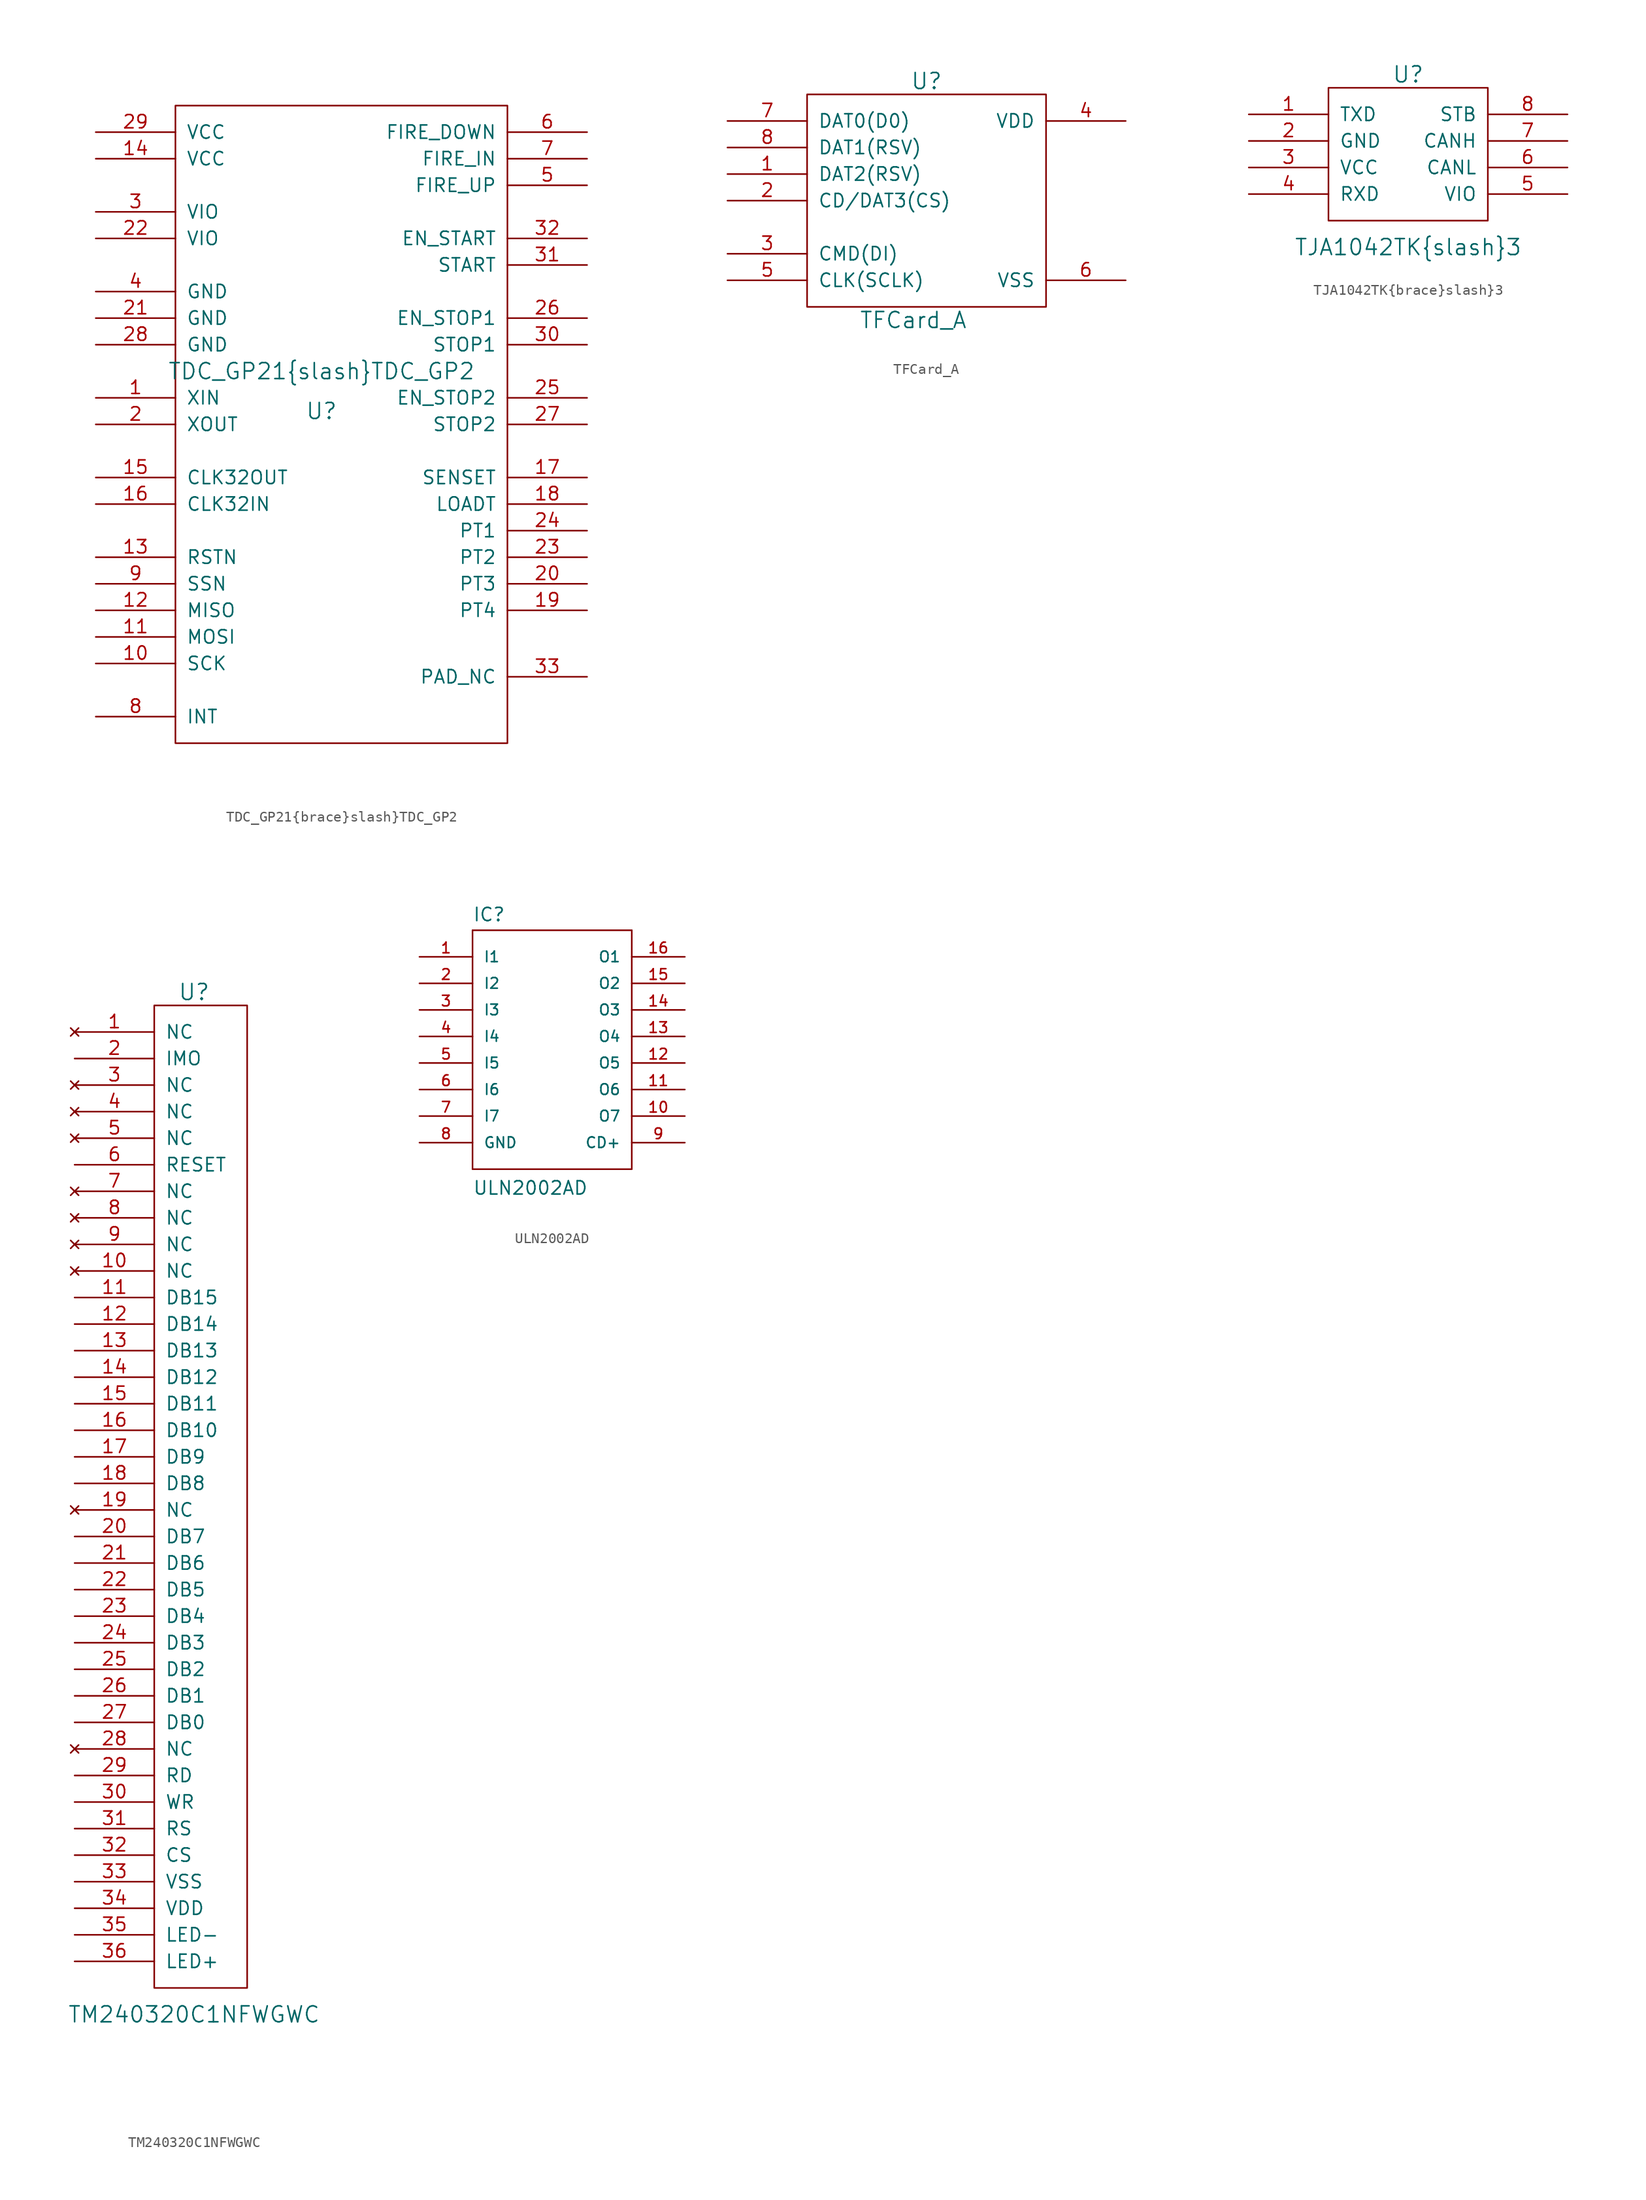
<source format=kicad_sym>
(kicad_symbol_lib
  (version 20211014)
  (generator kicad_symbol_editor)
  (symbol "TDC_GP21{brace}slash}TDC_GP2"
    (pin_names
      (offset 1.016))
    (property "Reference" "U"
      (at 0 -3.81 0)
      (effects (font (size 1.524 1.524))))
    (property "Value" "TDC_GP21{brace}slash}TDC_GP2"
      (at 0 0 0)
      (effects (font (size 1.524 1.524))))
    (property "Footprint" ""
      (at 0 0 0)
      (effects (font (size 1.524 1.524))))
    (property "Datasheet" ""
      (at 0 0 0)
      (effects (font (size 1.524 1.524))))
    (symbol "TDC_GP21{brace}slash}TDC_GP2_0_1"
      (rectangle (start -13.97 -35.56) (end 17.78 25.4) (stroke (width 0) (type default) (color 0 0 0 0)) (fill (type none))))
    (symbol "TDC_GP21{brace}slash}TDC_GP2_1_1"
      (pin input line (at -21.59 -2.54 0) (length 7.62) (name "XIN" (effects (font (size 1.27 1.27)))) (number "1" (effects (font (size 1.27 1.27)))))
      (pin input line (at -21.59 -27.94 0) (length 7.62) (name "SCK" (effects (font (size 1.27 1.27)))) (number "10" (effects (font (size 1.27 1.27)))))
      (pin input line (at -21.59 -25.4 0) (length 7.62) (name "MOSI" (effects (font (size 1.27 1.27)))) (number "11" (effects (font (size 1.27 1.27)))))
      (pin input line (at -21.59 -22.86 0) (length 7.62) (name "MISO" (effects (font (size 1.27 1.27)))) (number "12" (effects (font (size 1.27 1.27)))))
      (pin input line (at -21.59 -17.78 0) (length 7.62) (name "RSTN" (effects (font (size 1.27 1.27)))) (number "13" (effects (font (size 1.27 1.27)))))
      (pin input line (at -21.59 20.32 0) (length 7.62) (name "VCC" (effects (font (size 1.27 1.27)))) (number "14" (effects (font (size 1.27 1.27)))))
      (pin input line (at -21.59 -10.16 0) (length 7.62) (name "CLK32OUT" (effects (font (size 1.27 1.27)))) (number "15" (effects (font (size 1.27 1.27)))))
      (pin input line (at -21.59 -12.7 0) (length 7.62) (name "CLK32IN" (effects (font (size 1.27 1.27)))) (number "16" (effects (font (size 1.27 1.27)))))
      (pin input line (at 25.4 -10.16 180) (length 7.62) (name "SENSET" (effects (font (size 1.27 1.27)))) (number "17" (effects (font (size 1.27 1.27)))))
      (pin input line (at 25.4 -12.7 180) (length 7.62) (name "LOADT" (effects (font (size 1.27 1.27)))) (number "18" (effects (font (size 1.27 1.27)))))
      (pin input line (at 25.4 -22.86 180) (length 7.62) (name "PT4" (effects (font (size 1.27 1.27)))) (number "19" (effects (font (size 1.27 1.27)))))
      (pin input line (at -21.59 -5.08 0) (length 7.62) (name "XOUT" (effects (font (size 1.27 1.27)))) (number "2" (effects (font (size 1.27 1.27)))))
      (pin input line (at 25.4 -20.32 180) (length 7.62) (name "PT3" (effects (font (size 1.27 1.27)))) (number "20" (effects (font (size 1.27 1.27)))))
      (pin input line (at -21.59 5.08 0) (length 7.62) (name "GND" (effects (font (size 1.27 1.27)))) (number "21" (effects (font (size 1.27 1.27)))))
      (pin input line (at -21.59 12.7 0) (length 7.62) (name "VIO" (effects (font (size 1.27 1.27)))) (number "22" (effects (font (size 1.27 1.27)))))
      (pin input line (at 25.4 -17.78 180) (length 7.62) (name "PT2" (effects (font (size 1.27 1.27)))) (number "23" (effects (font (size 1.27 1.27)))))
      (pin input line (at 25.4 -15.24 180) (length 7.62) (name "PT1" (effects (font (size 1.27 1.27)))) (number "24" (effects (font (size 1.27 1.27)))))
      (pin input line (at 25.4 -2.54 180) (length 7.62) (name "EN_STOP2" (effects (font (size 1.27 1.27)))) (number "25" (effects (font (size 1.27 1.27)))))
      (pin input line (at 25.4 5.08 180) (length 7.62) (name "EN_STOP1" (effects (font (size 1.27 1.27)))) (number "26" (effects (font (size 1.27 1.27)))))
      (pin input line (at 25.4 -5.08 180) (length 7.62) (name "STOP2" (effects (font (size 1.27 1.27)))) (number "27" (effects (font (size 1.27 1.27)))))
      (pin input line (at -21.59 2.54 0) (length 7.62) (name "GND" (effects (font (size 1.27 1.27)))) (number "28" (effects (font (size 1.27 1.27)))))
      (pin input line (at -21.59 22.86 0) (length 7.62) (name "VCC" (effects (font (size 1.27 1.27)))) (number "29" (effects (font (size 1.27 1.27)))))
      (pin input line (at -21.59 15.24 0) (length 7.62) (name "VIO" (effects (font (size 1.27 1.27)))) (number "3" (effects (font (size 1.27 1.27)))))
      (pin input line (at 25.4 2.54 180) (length 7.62) (name "STOP1" (effects (font (size 1.27 1.27)))) (number "30" (effects (font (size 1.27 1.27)))))
      (pin input line (at 25.4 10.16 180) (length 7.62) (name "START" (effects (font (size 1.27 1.27)))) (number "31" (effects (font (size 1.27 1.27)))))
      (pin input line (at 25.4 12.7 180) (length 7.62) (name "EN_START" (effects (font (size 1.27 1.27)))) (number "32" (effects (font (size 1.27 1.27)))))
      (pin input line (at 25.4 -29.21 180) (length 7.62) (name "PAD_NC" (effects (font (size 1.27 1.27)))) (number "33" (effects (font (size 1.27 1.27)))))
      (pin input line (at -21.59 7.62 0) (length 7.62) (name "GND" (effects (font (size 1.27 1.27)))) (number "4" (effects (font (size 1.27 1.27)))))
      (pin input line (at 25.4 17.78 180) (length 7.62) (name "FIRE_UP" (effects (font (size 1.27 1.27)))) (number "5" (effects (font (size 1.27 1.27)))))
      (pin input line (at 25.4 22.86 180) (length 7.62) (name "FIRE_DOWN" (effects (font (size 1.27 1.27)))) (number "6" (effects (font (size 1.27 1.27)))))
      (pin input line (at 25.4 20.32 180) (length 7.62) (name "FIRE_IN" (effects (font (size 1.27 1.27)))) (number "7" (effects (font (size 1.27 1.27)))))
      (pin input line (at -21.59 -33.02 0) (length 7.62) (name "INT" (effects (font (size 1.27 1.27)))) (number "8" (effects (font (size 1.27 1.27)))))
      (pin input line (at -21.59 -20.32 0) (length 7.62) (name "SSN" (effects (font (size 1.27 1.27)))) (number "9" (effects (font (size 1.27 1.27)))))))
  (symbol "TFCard_A"
    (pin_names
      (offset 1.016))
    (property "Reference" "U"
      (at 0 11.43 0)
      (effects (font (size 1.524 1.524))))
    (property "Value" "TFCard_A"
      (at -1.27 -11.43 0)
      (effects (font (size 1.524 1.524))))
    (property "Footprint" ""
      (at 0 0 0)
      (effects (font (size 1.524 1.524))))
    (property "Datasheet" ""
      (at 0 0 0)
      (effects (font (size 1.524 1.524))))
    (symbol "TFCard_A_0_1"
      (rectangle (start -11.43 10.16) (end 11.43 -10.16) (stroke (width 0) (type default) (color 0 0 0 0)) (fill (type none))))
    (symbol "TFCard_A_1_1"
      (pin bidirectional line (at -19.05 2.54 0) (length 7.62) (name "DAT2(RSV)" (effects (font (size 1.27 1.27)))) (number "1" (effects (font (size 1.27 1.27)))))
      (pin bidirectional line (at -19.05 0 0) (length 7.62) (name "CD/DAT3(CS)" (effects (font (size 1.27 1.27)))) (number "2" (effects (font (size 1.27 1.27)))))
      (pin input line (at -19.05 -5.08 0) (length 7.62) (name "CMD(DI)" (effects (font (size 1.27 1.27)))) (number "3" (effects (font (size 1.27 1.27)))))
      (pin input line (at 19.05 7.62 180) (length 7.62) (name "VDD" (effects (font (size 1.27 1.27)))) (number "4" (effects (font (size 1.27 1.27)))))
      (pin input line (at -19.05 -7.62 0) (length 7.62) (name "CLK(SCLK)" (effects (font (size 1.27 1.27)))) (number "5" (effects (font (size 1.27 1.27)))))
      (pin input line (at 19.05 -7.62 180) (length 7.62) (name "VSS" (effects (font (size 1.27 1.27)))) (number "6" (effects (font (size 1.27 1.27)))))
      (pin bidirectional line (at -19.05 7.62 0) (length 7.62) (name "DAT0(D0)" (effects (font (size 1.27 1.27)))) (number "7" (effects (font (size 1.27 1.27)))))
      (pin bidirectional line (at -19.05 5.08 0) (length 7.62) (name "DAT1(RSV)" (effects (font (size 1.27 1.27)))) (number "8" (effects (font (size 1.27 1.27)))))))
  (symbol "TJA1042TK{brace}slash}3"
    (pin_names
      (offset 1.016))
    (property "Reference" "U"
      (at 0 7.62 0)
      (effects (font (size 1.524 1.524))))
    (property "Value" "TJA1042TK{brace}slash}3"
      (at 0 -8.89 0)
      (effects (font (size 1.524 1.524))))
    (property "Footprint" ""
      (at 0 0 0)
      (effects (font (size 1.524 1.524))))
    (property "Datasheet" ""
      (at 0 0 0)
      (effects (font (size 1.524 1.524))))
    (symbol "TJA1042TK{brace}slash}3_0_1"
      (rectangle (start -7.62 6.35) (end 7.62 -6.35) (stroke (width 0) (type default) (color 0 0 0 0)) (fill (type none))))
    (symbol "TJA1042TK{brace}slash}3_1_1"
      (pin input line (at -15.24 3.81 0) (length 7.62) (name "TXD" (effects (font (size 1.27 1.27)))) (number "1" (effects (font (size 1.27 1.27)))))
      (pin power_in line (at -15.24 1.27 0) (length 7.62) (name "GND" (effects (font (size 1.27 1.27)))) (number "2" (effects (font (size 1.27 1.27)))))
      (pin power_in line (at -15.24 -1.27 0) (length 7.62) (name "VCC" (effects (font (size 1.27 1.27)))) (number "3" (effects (font (size 1.27 1.27)))))
      (pin output line (at -15.24 -3.81 0) (length 7.62) (name "RXD" (effects (font (size 1.27 1.27)))) (number "4" (effects (font (size 1.27 1.27)))))
      (pin input line (at 15.24 -3.81 180) (length 7.62) (name "VIO" (effects (font (size 1.27 1.27)))) (number "5" (effects (font (size 1.27 1.27)))))
      (pin bidirectional line (at 15.24 -1.27 180) (length 7.62) (name "CANL" (effects (font (size 1.27 1.27)))) (number "6" (effects (font (size 1.27 1.27)))))
      (pin bidirectional line (at 15.24 1.27 180) (length 7.62) (name "CANH" (effects (font (size 1.27 1.27)))) (number "7" (effects (font (size 1.27 1.27)))))
      (pin input line (at 15.24 3.81 180) (length 7.62) (name "STB" (effects (font (size 1.27 1.27)))) (number "8" (effects (font (size 1.27 1.27)))))))
  (symbol "TM240320C1NFWGWC"
    (pin_names
      (offset 1.016))
    (property "Reference" "U"
      (at 3.81 48.26 0)
      (effects (font (size 1.524 1.524))))
    (property "Value" "TM240320C1NFWGWC"
      (at 3.81 -49.53 0)
      (effects (font (size 1.524 1.524))))
    (property "Footprint" ""
      (at 0 0 0)
      (effects (font (size 1.524 1.524))))
    (property "Datasheet" ""
      (at 0 0 0)
      (effects (font (size 1.524 1.524))))
    (symbol "TM240320C1NFWGWC_0_1"
      (rectangle (start 0 46.99) (end 8.89 -46.99) (stroke (width 0) (type default) (color 0 0 0 0)) (fill (type none))))
    (symbol "TM240320C1NFWGWC_1_1"
      (pin no_connect line (at -7.62 44.45 0) (length 7.62) (name "NC" (effects (font (size 1.27 1.27)))) (number "1" (effects (font (size 1.27 1.27)))))
      (pin no_connect line (at -7.62 21.59 0) (length 7.62) (name "NC" (effects (font (size 1.27 1.27)))) (number "10" (effects (font (size 1.27 1.27)))))
      (pin bidirectional line (at -7.62 19.05 0) (length 7.62) (name "DB15" (effects (font (size 1.27 1.27)))) (number "11" (effects (font (size 1.27 1.27)))))
      (pin bidirectional line (at -7.62 16.51 0) (length 7.62) (name "DB14" (effects (font (size 1.27 1.27)))) (number "12" (effects (font (size 1.27 1.27)))))
      (pin bidirectional line (at -7.62 13.97 0) (length 7.62) (name "DB13" (effects (font (size 1.27 1.27)))) (number "13" (effects (font (size 1.27 1.27)))))
      (pin bidirectional line (at -7.62 11.43 0) (length 7.62) (name "DB12" (effects (font (size 1.27 1.27)))) (number "14" (effects (font (size 1.27 1.27)))))
      (pin bidirectional line (at -7.62 8.89 0) (length 7.62) (name "DB11" (effects (font (size 1.27 1.27)))) (number "15" (effects (font (size 1.27 1.27)))))
      (pin bidirectional line (at -7.62 6.35 0) (length 7.62) (name "DB10" (effects (font (size 1.27 1.27)))) (number "16" (effects (font (size 1.27 1.27)))))
      (pin bidirectional line (at -7.62 3.81 0) (length 7.62) (name "DB9" (effects (font (size 1.27 1.27)))) (number "17" (effects (font (size 1.27 1.27)))))
      (pin bidirectional line (at -7.62 1.27 0) (length 7.62) (name "DB8" (effects (font (size 1.27 1.27)))) (number "18" (effects (font (size 1.27 1.27)))))
      (pin no_connect line (at -7.62 -1.27 0) (length 7.62) (name "NC" (effects (font (size 1.27 1.27)))) (number "19" (effects (font (size 1.27 1.27)))))
      (pin input line (at -7.62 41.91 0) (length 7.62) (name "IMO" (effects (font (size 1.27 1.27)))) (number "2" (effects (font (size 1.27 1.27)))))
      (pin bidirectional line (at -7.62 -3.81 0) (length 7.62) (name "DB7" (effects (font (size 1.27 1.27)))) (number "20" (effects (font (size 1.27 1.27)))))
      (pin bidirectional line (at -7.62 -6.35 0) (length 7.62) (name "DB6" (effects (font (size 1.27 1.27)))) (number "21" (effects (font (size 1.27 1.27)))))
      (pin bidirectional line (at -7.62 -8.89 0) (length 7.62) (name "DB5" (effects (font (size 1.27 1.27)))) (number "22" (effects (font (size 1.27 1.27)))))
      (pin bidirectional line (at -7.62 -11.43 0) (length 7.62) (name "DB4" (effects (font (size 1.27 1.27)))) (number "23" (effects (font (size 1.27 1.27)))))
      (pin bidirectional line (at -7.62 -13.97 0) (length 7.62) (name "DB3" (effects (font (size 1.27 1.27)))) (number "24" (effects (font (size 1.27 1.27)))))
      (pin bidirectional line (at -7.62 -16.51 0) (length 7.62) (name "DB2" (effects (font (size 1.27 1.27)))) (number "25" (effects (font (size 1.27 1.27)))))
      (pin bidirectional line (at -7.62 -19.05 0) (length 7.62) (name "DB1" (effects (font (size 1.27 1.27)))) (number "26" (effects (font (size 1.27 1.27)))))
      (pin bidirectional line (at -7.62 -21.59 0) (length 7.62) (name "DB0" (effects (font (size 1.27 1.27)))) (number "27" (effects (font (size 1.27 1.27)))))
      (pin no_connect line (at -7.62 -24.13 0) (length 7.62) (name "NC" (effects (font (size 1.27 1.27)))) (number "28" (effects (font (size 1.27 1.27)))))
      (pin input line (at -7.62 -26.67 0) (length 7.62) (name "RD" (effects (font (size 1.27 1.27)))) (number "29" (effects (font (size 1.27 1.27)))))
      (pin no_connect line (at -7.62 39.37 0) (length 7.62) (name "NC" (effects (font (size 1.27 1.27)))) (number "3" (effects (font (size 1.27 1.27)))))
      (pin input line (at -7.62 -29.21 0) (length 7.62) (name "WR" (effects (font (size 1.27 1.27)))) (number "30" (effects (font (size 1.27 1.27)))))
      (pin input line (at -7.62 -31.75 0) (length 7.62) (name "RS" (effects (font (size 1.27 1.27)))) (number "31" (effects (font (size 1.27 1.27)))))
      (pin input line (at -7.62 -34.29 0) (length 7.62) (name "CS" (effects (font (size 1.27 1.27)))) (number "32" (effects (font (size 1.27 1.27)))))
      (pin power_in line (at -7.62 -36.83 0) (length 7.62) (name "VSS" (effects (font (size 1.27 1.27)))) (number "33" (effects (font (size 1.27 1.27)))))
      (pin power_in line (at -7.62 -39.37 0) (length 7.62) (name "VDD" (effects (font (size 1.27 1.27)))) (number "34" (effects (font (size 1.27 1.27)))))
      (pin input line (at -7.62 -41.91 0) (length 7.62) (name "LED-" (effects (font (size 1.27 1.27)))) (number "35" (effects (font (size 1.27 1.27)))))
      (pin input line (at -7.62 -44.45 0) (length 7.62) (name "LED+" (effects (font (size 1.27 1.27)))) (number "36" (effects (font (size 1.27 1.27)))))
      (pin no_connect line (at -7.62 36.83 0) (length 7.62) (name "NC" (effects (font (size 1.27 1.27)))) (number "4" (effects (font (size 1.27 1.27)))))
      (pin no_connect line (at -7.62 34.29 0) (length 7.62) (name "NC" (effects (font (size 1.27 1.27)))) (number "5" (effects (font (size 1.27 1.27)))))
      (pin input line (at -7.62 31.75 0) (length 7.62) (name "RESET" (effects (font (size 1.27 1.27)))) (number "6" (effects (font (size 1.27 1.27)))))
      (pin no_connect line (at -7.62 29.21 0) (length 7.62) (name "NC" (effects (font (size 1.27 1.27)))) (number "7" (effects (font (size 1.27 1.27)))))
      (pin no_connect line (at -7.62 26.67 0) (length 7.62) (name "NC" (effects (font (size 1.27 1.27)))) (number "8" (effects (font (size 1.27 1.27)))))
      (pin no_connect line (at -7.62 24.13 0) (length 7.62) (name "NC" (effects (font (size 1.27 1.27)))) (number "9" (effects (font (size 1.27 1.27)))))))
  (symbol "ULN2002AD"
    (pin_names
      (offset 1.016))
    (property "Reference" "IC"
      (at -7.62 10.922 0)
      (effects (font (size 1.27 1.27)) (justify left bottom)))
    (property "Value" "ULN2002AD"
      (at -7.62 -15.24 0)
      (effects (font (size 1.27 1.27)) (justify left bottom)))
    (property "Datasheet" ""
      (at 0 0 0)
      (effects (font (size 1.524 1.524))))
    (property "ki_locked" ""
      (at 0 0 0)
      (effects (font (size 1.27 1.27))))
    (symbol "ULN2002AD_1_0"
      (polyline (pts (xy -7.62 10.16) (xy -7.62 -12.7)) (stroke (width 0) (type default) (color 0 0 0 0)) (fill (type none)))
      (polyline (pts (xy -7.62 10.16) (xy 7.62 10.16)) (stroke (width 0) (type default) (color 0 0 0 0)) (fill (type none)))
      (polyline (pts (xy 7.62 -12.7) (xy -7.62 -12.7)) (stroke (width 0) (type default) (color 0 0 0 0)) (fill (type none)))
      (polyline (pts (xy 7.62 -12.7) (xy 7.62 10.16)) (stroke (width 0) (type default) (color 0 0 0 0)) (fill (type none))))
    (symbol "ULN2002AD_1_1"
      (pin input line (at -12.7 7.62 0) (length 5.08) (name "I1" (effects (font (size 1.016 1.016)))) (number "1" (effects (font (size 1.016 1.016)))))
      (pin open_collector line (at 12.7 -7.62 180) (length 5.08) (name "O7" (effects (font (size 1.016 1.016)))) (number "10" (effects (font (size 1.016 1.016)))))
      (pin open_collector line (at 12.7 -5.08 180) (length 5.08) (name "O6" (effects (font (size 1.016 1.016)))) (number "11" (effects (font (size 1.016 1.016)))))
      (pin open_collector line (at 12.7 -2.54 180) (length 5.08) (name "O5" (effects (font (size 1.016 1.016)))) (number "12" (effects (font (size 1.016 1.016)))))
      (pin open_collector line (at 12.7 0 180) (length 5.08) (name "O4" (effects (font (size 1.016 1.016)))) (number "13" (effects (font (size 1.016 1.016)))))
      (pin open_collector line (at 12.7 2.54 180) (length 5.08) (name "O3" (effects (font (size 1.016 1.016)))) (number "14" (effects (font (size 1.016 1.016)))))
      (pin open_collector line (at 12.7 5.08 180) (length 5.08) (name "O2" (effects (font (size 1.016 1.016)))) (number "15" (effects (font (size 1.016 1.016)))))
      (pin open_collector line (at 12.7 7.62 180) (length 5.08) (name "O1" (effects (font (size 1.016 1.016)))) (number "16" (effects (font (size 1.016 1.016)))))
      (pin input line (at -12.7 5.08 0) (length 5.08) (name "I2" (effects (font (size 1.016 1.016)))) (number "2" (effects (font (size 1.016 1.016)))))
      (pin input line (at -12.7 2.54 0) (length 5.08) (name "I3" (effects (font (size 1.016 1.016)))) (number "3" (effects (font (size 1.016 1.016)))))
      (pin input line (at -12.7 0 0) (length 5.08) (name "I4" (effects (font (size 1.016 1.016)))) (number "4" (effects (font (size 1.016 1.016)))))
      (pin input line (at -12.7 -2.54 0) (length 5.08) (name "I5" (effects (font (size 1.016 1.016)))) (number "5" (effects (font (size 1.016 1.016)))))
      (pin input line (at -12.7 -5.08 0) (length 5.08) (name "I6" (effects (font (size 1.016 1.016)))) (number "6" (effects (font (size 1.016 1.016)))))
      (pin input line (at -12.7 -7.62 0) (length 5.08) (name "I7" (effects (font (size 1.016 1.016)))) (number "7" (effects (font (size 1.016 1.016)))))
      (pin power_in line (at -12.7 -10.16 0) (length 5.08) (name "GND" (effects (font (size 1.016 1.016)))) (number "8" (effects (font (size 1.016 1.016)))))
      (pin passive line (at 12.7 -10.16 180) (length 5.08) (name "CD+" (effects (font (size 1.016 1.016)))) (number "9" (effects (font (size 1.016 1.016))))))))
</source>
